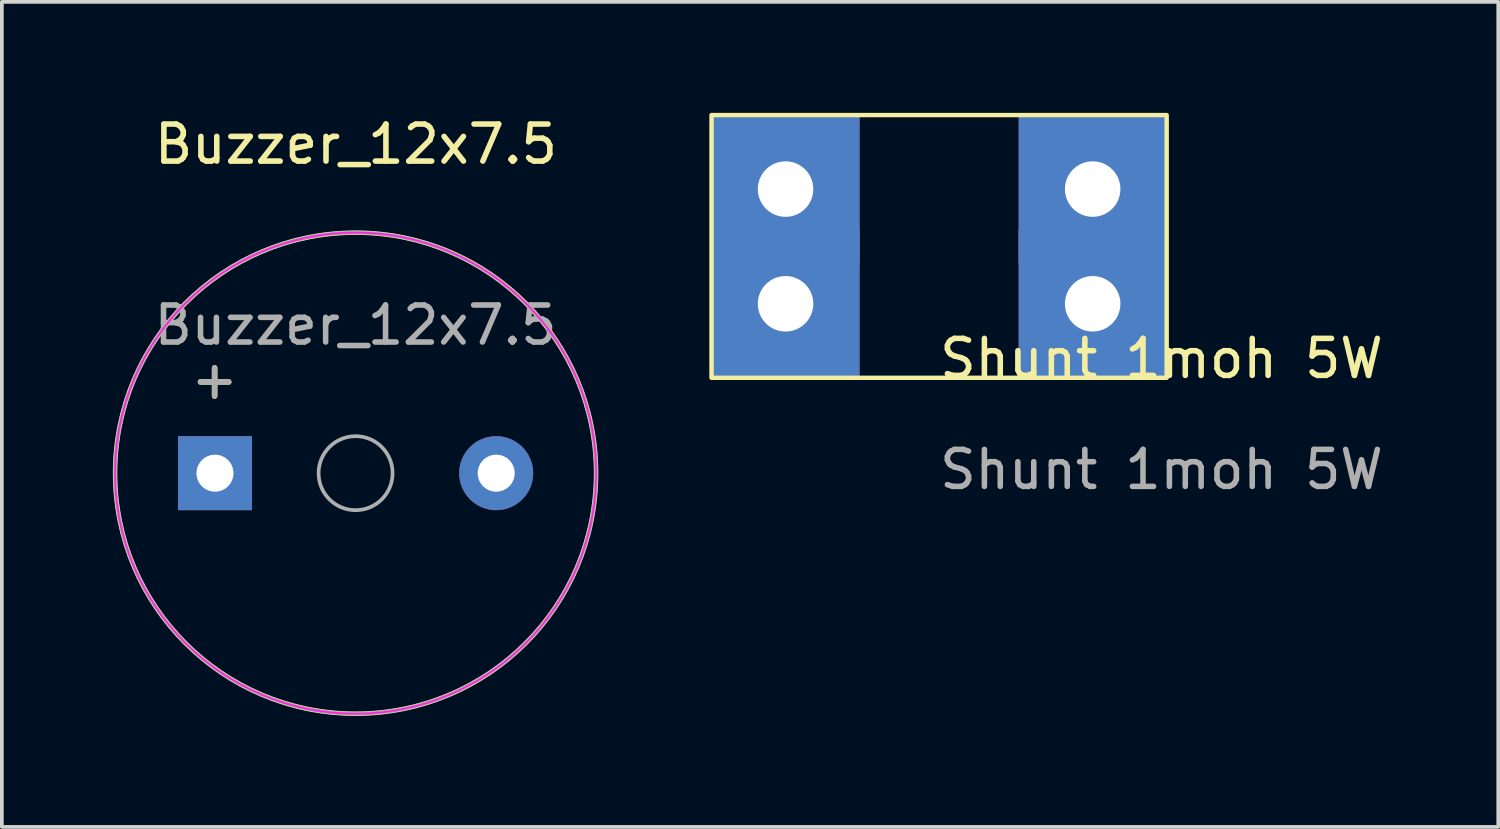
<source format=kicad_pcb>
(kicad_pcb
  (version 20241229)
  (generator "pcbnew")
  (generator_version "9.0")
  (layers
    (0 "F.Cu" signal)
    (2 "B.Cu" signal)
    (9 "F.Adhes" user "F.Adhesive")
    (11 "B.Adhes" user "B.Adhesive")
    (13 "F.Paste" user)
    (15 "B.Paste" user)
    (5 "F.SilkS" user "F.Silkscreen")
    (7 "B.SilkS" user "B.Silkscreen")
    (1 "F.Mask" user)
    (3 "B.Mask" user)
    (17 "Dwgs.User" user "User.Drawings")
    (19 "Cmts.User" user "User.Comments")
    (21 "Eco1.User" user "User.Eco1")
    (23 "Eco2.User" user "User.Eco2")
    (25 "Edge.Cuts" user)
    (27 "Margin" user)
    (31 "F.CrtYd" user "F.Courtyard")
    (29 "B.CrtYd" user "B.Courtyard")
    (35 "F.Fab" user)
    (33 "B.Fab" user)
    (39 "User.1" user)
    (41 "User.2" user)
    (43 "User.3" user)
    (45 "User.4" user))
  (footprint "Buzzer_12x7.5"
    (layer "F.Cu")
    (at 2.76 9.738)
    (property "Reference" "Buzzer_12x7.5" (at 3.81 -8.89 0) (layer "F.SilkS") (effects (font (size 1 1) (thickness 0.15))))
    (attr through_hole)
    (fp_circle (center 3.8 0) (end 10.3 0) (stroke (width 0.12) (type solid)) (fill no) (layer "F.SilkS"))
    (fp_circle (center 3.8 0) (end 10.3 0) (stroke (width 0.05) (type solid)) (fill no) (layer "F.CrtYd"))
    (fp_circle (center 3.8 0) (end 4.8 0) (stroke (width 0.1) (type solid)) (fill no) (layer "F.Fab"))
    (fp_circle (center 3.8 0) (end 10.3 0) (stroke (width 0.1) (type solid)) (fill no) (layer "F.Fab"))
    (fp_text user "+" (at -0.01 -2.54 0) (layer "F.SilkS") (effects (font (size 1 1) (thickness 0.15))))
    (fp_text user "+" (at -0.01 -2.54 0) (layer "F.Fab") (effects (font (size 1 1) (thickness 0.15))))
    (fp_text user "${REFERENCE}" (at 3.8 -4 0) (layer "F.Fab") (effects (font (size 1 1) (thickness 0.15))))
    (pad "1" thru_hole rect (at 0 0) (size 2 2) (drill 1) (layers "*.Cu" "*.Mask"))
    (pad "2" thru_hole circle (at 7.6 0) (size 2 2) (drill 1) (layers "*.Cu" "*.Mask")))
  (footprint "Shunt 1moh 5W"
    (layer "F.Cu")
    (at 18.18 2.06)
    (property "Reference" "Shunt 1moh 5W" (at 10.16 4.58 0) (unlocked yes) (layer "F.SilkS") (effects (font (size 1 1) (thickness 0.15))))
    (attr through_hole)
    (fp_rect (start -2 -2) (end 10.3 5.1) (stroke (width 0.12) (type solid)) (fill no) (layer "F.SilkS"))
    (fp_text user "${REFERENCE}" (at 10.16 7.58 0) (unlocked yes) (layer "F.Fab") (effects (font (size 1 1) (thickness 0.15))))
    (pad "1" thru_hole rect (at 0 0) (size 4 4) (drill 1.5) (layers "*.Cu" "*.Mask"))
    (pad "1" thru_hole rect (at 0 3.1) (size 4 4) (drill 1.5) (layers "*.Cu" "*.Mask"))
    (pad "2" thru_hole rect (at 8.3 0) (size 4 4) (drill 1.5) (layers "*.Cu" "*.Mask"))
    (pad "2" thru_hole rect (at 8.3 3.1) (size 4 4) (drill 1.5) (layers "*.Cu" "*.Mask")))
  (gr_rect
    (start -3 -3)
    (end 37.441 19.298)
    (stroke (width 0.1) (type default))
    (fill no)
    (layer "Edge.Cuts")))
</source>
